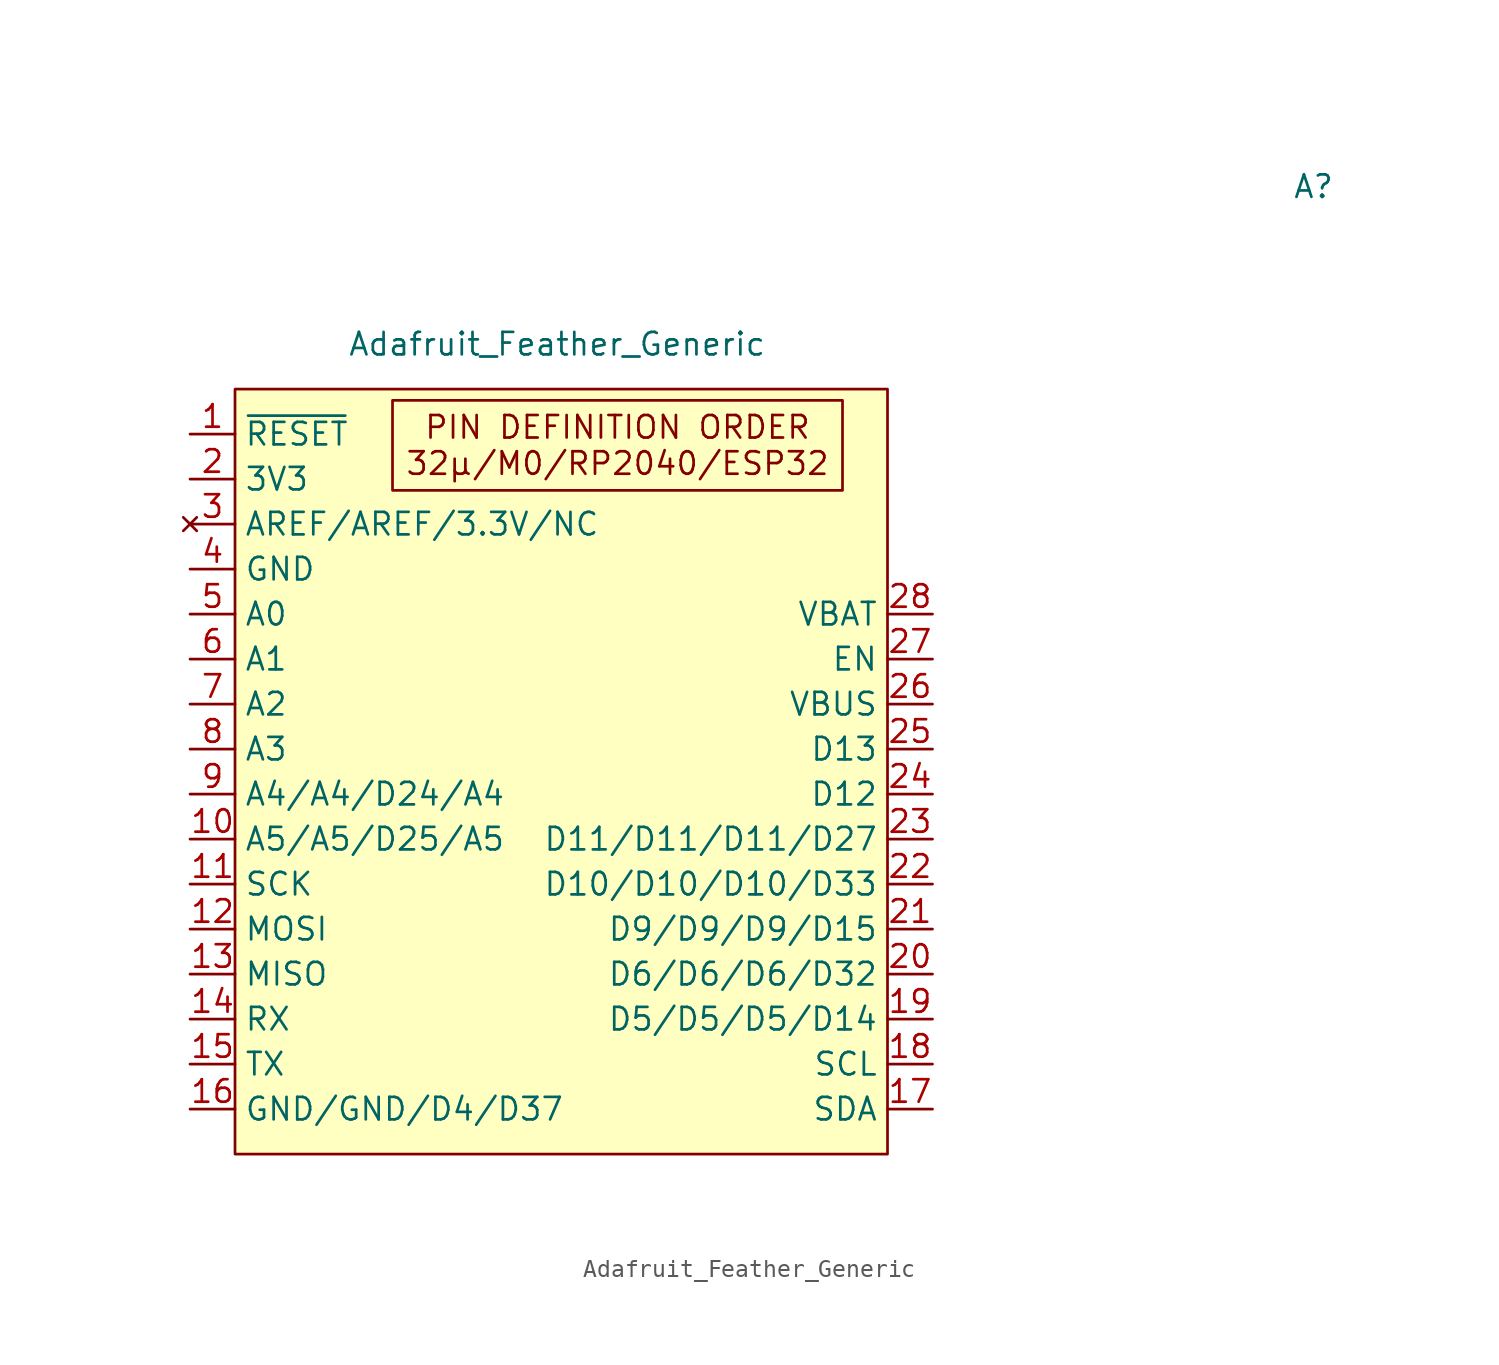
<source format=kicad_sym>
(kicad_symbol_lib
  (version 20220914)
  (generator kicad_symbol_editor)
  (symbol "Adafruit_Feather_Generic"
    (property "Reference" "A"
      (at 17.78 39.37 0)
      (effects (font (size 1.27 1.27)) (justify left)))
    (property "Value" "Adafruit_Feather_Generic"
      (at -35.56 30.48 0)
      (effects (font (size 1.27 1.27)) (justify left)))
    (symbol "Adafruit_Feather_Generic_1_1"
      (rectangle (start -41.91 27.94) (end -5.08 -15.24) (stroke (width 0) (type default)) (fill (type background)))
      (rectangle (start -33.02 27.305) (end -7.62 22.225) (stroke (width 0) (type default)) (fill (type none)))
      (text "PIN DEFINITION ORDER\n32µ/M0/RP2040/ESP32" (at -20.32 24.765 0) (effects (font (size 1.27 1.27))))
      (pin input line (at -44.45 25.4 0) (length 2.54) (name "~{RESET}" (effects (font (size 1.27 1.27)))) (number "1" (effects (font (size 1.27 1.27)))))
      (pin bidirectional line (at -44.45 2.54 0) (length 2.54) (name "A5/A5/D25/A5" (effects (font (size 1.27 1.27)))) (number "10" (effects (font (size 1.27 1.27)))))
      (pin bidirectional line (at -44.45 0 0) (length 2.54) (name "SCK" (effects (font (size 1.27 1.27)))) (number "11" (effects (font (size 1.27 1.27)))))
      (pin bidirectional line (at -44.45 -2.54 0) (length 2.54) (name "MOSI" (effects (font (size 1.27 1.27)))) (number "12" (effects (font (size 1.27 1.27)))))
      (pin bidirectional line (at -44.45 -5.08 0) (length 2.54) (name "MISO" (effects (font (size 1.27 1.27)))) (number "13" (effects (font (size 1.27 1.27)))))
      (pin bidirectional line (at -44.45 -7.62 0) (length 2.54) (name "RX" (effects (font (size 1.27 1.27)))) (number "14" (effects (font (size 1.27 1.27)))))
      (pin bidirectional line (at -44.45 -10.16 0) (length 2.54) (name "TX" (effects (font (size 1.27 1.27)))) (number "15" (effects (font (size 1.27 1.27)))))
      (pin bidirectional line (at -44.45 -12.7 0) (length 2.54) (name "GND/GND/D4/D37" (effects (font (size 1.27 1.27)))) (number "16" (effects (font (size 1.27 1.27)))))
      (pin bidirectional line (at -2.54 -12.7 180) (length 2.54) (name "SDA" (effects (font (size 1.27 1.27)))) (number "17" (effects (font (size 1.27 1.27)))))
      (pin bidirectional line (at -2.54 -10.16 180) (length 2.54) (name "SCL" (effects (font (size 1.27 1.27)))) (number "18" (effects (font (size 1.27 1.27)))))
      (pin bidirectional line (at -2.54 -7.62 180) (length 2.54) (name "D5/D5/D5/D14" (effects (font (size 1.27 1.27)))) (number "19" (effects (font (size 1.27 1.27)))))
      (pin power_out line (at -44.45 22.86 0) (length 2.54) (name "3V3" (effects (font (size 1.27 1.27)))) (number "2" (effects (font (size 1.27 1.27)))))
      (pin bidirectional line (at -2.54 -5.08 180) (length 2.54) (name "D6/D6/D6/D32" (effects (font (size 1.27 1.27)))) (number "20" (effects (font (size 1.27 1.27)))))
      (pin bidirectional line (at -2.54 -2.54 180) (length 2.54) (name "D9/D9/D9/D15" (effects (font (size 1.27 1.27)))) (number "21" (effects (font (size 1.27 1.27)))))
      (pin bidirectional line (at -2.54 0 180) (length 2.54) (name "D10/D10/D10/D33" (effects (font (size 1.27 1.27)))) (number "22" (effects (font (size 1.27 1.27)))))
      (pin bidirectional line (at -2.54 2.54 180) (length 2.54) (name "D11/D11/D11/D27" (effects (font (size 1.27 1.27)))) (number "23" (effects (font (size 1.27 1.27)))))
      (pin bidirectional line (at -2.54 5.08 180) (length 2.54) (name "D12" (effects (font (size 1.27 1.27)))) (number "24" (effects (font (size 1.27 1.27)))))
      (pin bidirectional line (at -2.54 7.62 180) (length 2.54) (name "D13" (effects (font (size 1.27 1.27)))) (number "25" (effects (font (size 1.27 1.27)))))
      (pin power_out line (at -2.54 10.16 180) (length 2.54) (name "VBUS" (effects (font (size 1.27 1.27)))) (number "26" (effects (font (size 1.27 1.27)))))
      (pin input line (at -2.54 12.7 180) (length 2.54) (name "EN" (effects (font (size 1.27 1.27)))) (number "27" (effects (font (size 1.27 1.27)))))
      (pin power_in line (at -2.54 15.24 180) (length 2.54) (name "VBAT" (effects (font (size 1.27 1.27)))) (number "28" (effects (font (size 1.27 1.27)))))
      (pin no_connect line (at -44.45 20.32 0) (length 2.54) (name "AREF/AREF/3.3V/NC" (effects (font (size 1.27 1.27)))) (number "3" (effects (font (size 1.27 1.27)))))
      (pin power_out line (at -44.45 17.78 0) (length 2.54) (name "GND" (effects (font (size 1.27 1.27)))) (number "4" (effects (font (size 1.27 1.27)))))
      (pin bidirectional line (at -44.45 15.24 0) (length 2.54) (name "A0" (effects (font (size 1.27 1.27)))) (number "5" (effects (font (size 1.27 1.27)))))
      (pin bidirectional line (at -44.45 12.7 0) (length 2.54) (name "A1" (effects (font (size 1.27 1.27)))) (number "6" (effects (font (size 1.27 1.27)))))
      (pin bidirectional line (at -44.45 10.16 0) (length 2.54) (name "A2" (effects (font (size 1.27 1.27)))) (number "7" (effects (font (size 1.27 1.27)))))
      (pin bidirectional line (at -44.45 7.62 0) (length 2.54) (name "A3" (effects (font (size 1.27 1.27)))) (number "8" (effects (font (size 1.27 1.27)))))
      (pin bidirectional line (at -44.45 5.08 0) (length 2.54) (name "A4/A4/D24/A4" (effects (font (size 1.27 1.27)))) (number "9" (effects (font (size 1.27 1.27))))))))
</source>
